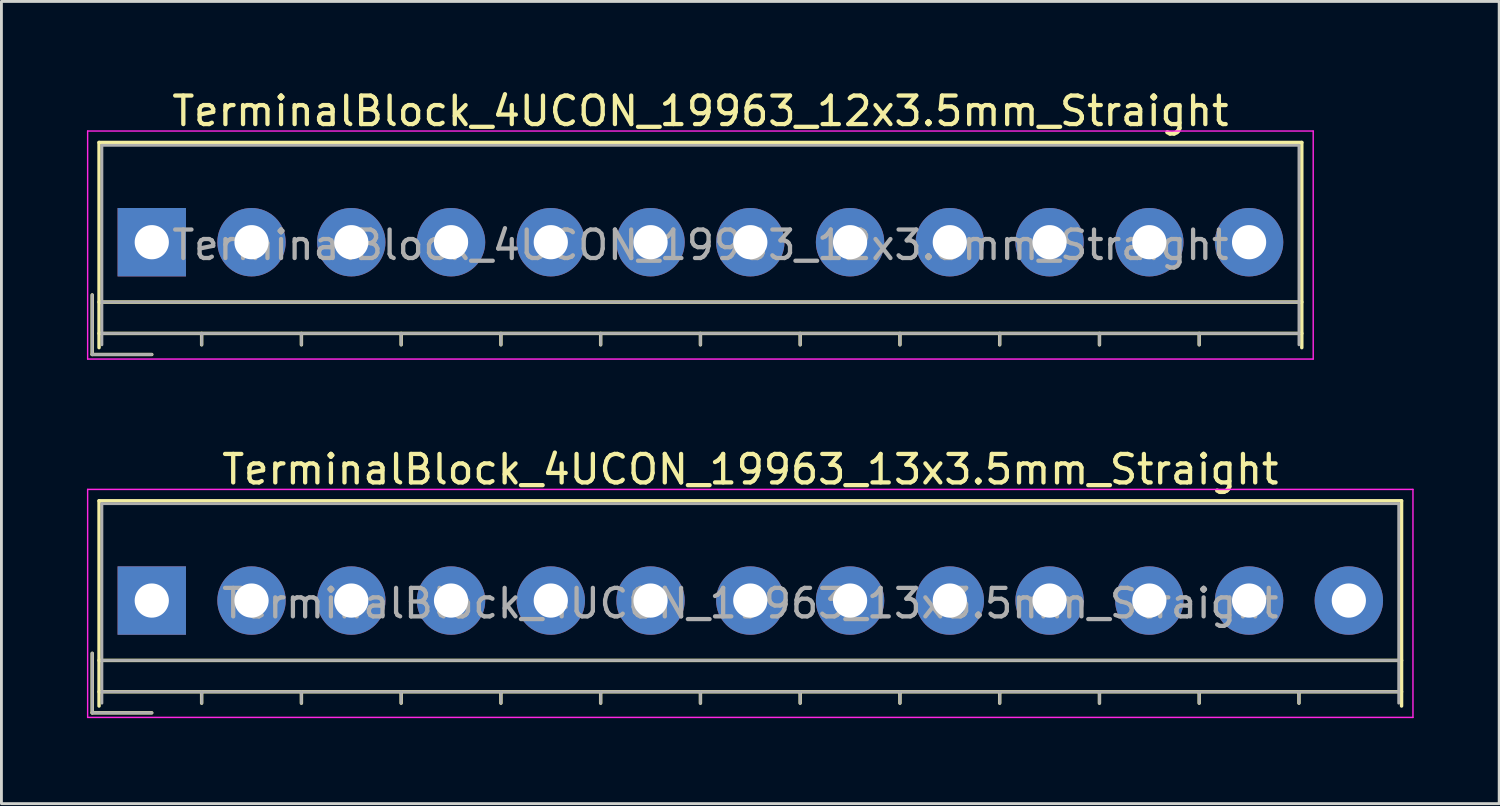
<source format=kicad_pcb>
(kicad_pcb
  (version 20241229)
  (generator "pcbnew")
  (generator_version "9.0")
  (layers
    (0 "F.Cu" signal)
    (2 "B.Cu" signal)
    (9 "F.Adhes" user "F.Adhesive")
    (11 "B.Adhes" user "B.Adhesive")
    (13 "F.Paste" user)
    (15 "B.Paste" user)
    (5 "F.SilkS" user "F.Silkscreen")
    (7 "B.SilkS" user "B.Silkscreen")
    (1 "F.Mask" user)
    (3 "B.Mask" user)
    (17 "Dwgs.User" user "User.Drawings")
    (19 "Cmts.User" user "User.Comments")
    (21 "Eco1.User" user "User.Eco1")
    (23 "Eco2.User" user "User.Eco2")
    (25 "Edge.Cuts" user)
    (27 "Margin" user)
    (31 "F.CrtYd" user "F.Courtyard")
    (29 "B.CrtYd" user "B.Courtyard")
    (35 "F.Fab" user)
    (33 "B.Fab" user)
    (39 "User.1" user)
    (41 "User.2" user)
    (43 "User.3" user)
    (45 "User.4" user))
  (footprint "TerminalBlock_4UCON_19963_12x3.5mm_Straight"
    (layer "F.Cu")
    (at 2.275 5.448)
    (property "Reference" "TerminalBlock_4UCON_19963_12x3.5mm_Straight" (at 19.25 -4.6 0) (layer "F.SilkS") (effects (font (size 1 1) (thickness 0.15))))
    (attr through_hole)
    (fp_line (start -2.09 1.85) (end -2.09 3.94) (stroke (width 0.12) (type solid)) (layer "F.SilkS"))
    (fp_line (start -2.09 3.94) (end 0 3.94) (stroke (width 0.12) (type solid)) (layer "F.SilkS"))
    (fp_line (start -1.85 -3.5) (end 40.35 -3.5) (stroke (width 0.12) (type solid)) (layer "F.SilkS"))
    (fp_line (start -1.85 2.1) (end 40.35 2.1) (stroke (width 0.12) (type solid)) (layer "F.SilkS"))
    (fp_line (start -1.85 3.2) (end 40.35 3.2) (stroke (width 0.12) (type solid)) (layer "F.SilkS"))
    (fp_line (start -1.85 3.7) (end -1.85 -3.5) (stroke (width 0.12) (type solid)) (layer "F.SilkS"))
    (fp_line (start 1.75 3.2) (end 1.75 3.6) (stroke (width 0.12) (type solid)) (layer "F.SilkS"))
    (fp_line (start 5.25 3.2) (end 5.25 3.6) (stroke (width 0.12) (type solid)) (layer "F.SilkS"))
    (fp_line (start 8.75 3.2) (end 8.75 3.6) (stroke (width 0.12) (type solid)) (layer "F.SilkS"))
    (fp_line (start 12.25 3.2) (end 12.25 3.6) (stroke (width 0.12) (type solid)) (layer "F.SilkS"))
    (fp_line (start 15.75 3.2) (end 15.75 3.6) (stroke (width 0.12) (type solid)) (layer "F.SilkS"))
    (fp_line (start 19.25 3.2) (end 19.25 3.6) (stroke (width 0.12) (type solid)) (layer "F.SilkS"))
    (fp_line (start 22.75 3.2) (end 22.75 3.6) (stroke (width 0.12) (type solid)) (layer "F.SilkS"))
    (fp_line (start 26.25 3.2) (end 26.25 3.6) (stroke (width 0.12) (type solid)) (layer "F.SilkS"))
    (fp_line (start 29.75 3.2) (end 29.75 3.6) (stroke (width 0.12) (type solid)) (layer "F.SilkS"))
    (fp_line (start 33.25 3.2) (end 33.25 3.6) (stroke (width 0.12) (type solid)) (layer "F.SilkS"))
    (fp_line (start 36.75 3.2) (end 36.75 3.6) (stroke (width 0.12) (type solid)) (layer "F.SilkS"))
    (fp_line (start 40.35 -3.5) (end 40.35 3.7) (stroke (width 0.12) (type solid)) (layer "F.SilkS"))
    (fp_line (start -2.25 -3.9) (end -2.25 4.1) (stroke (width 0.05) (type solid)) (layer "F.CrtYd"))
    (fp_line (start -2.25 4.1) (end 40.75 4.1) (stroke (width 0.05) (type solid)) (layer "F.CrtYd"))
    (fp_line (start 40.75 -3.9) (end -2.25 -3.9) (stroke (width 0.05) (type solid)) (layer "F.CrtYd"))
    (fp_line (start 40.75 4.1) (end 40.75 -3.9) (stroke (width 0.05) (type solid)) (layer "F.CrtYd"))
    (fp_line (start -2.09 1.85) (end -2.09 3.94) (stroke (width 0.1) (type solid)) (layer "F.Fab"))
    (fp_line (start -2.09 3.94) (end 0 3.94) (stroke (width 0.1) (type solid)) (layer "F.Fab"))
    (fp_line (start -1.75 -3.4) (end 40.25 -3.4) (stroke (width 0.1) (type solid)) (layer "F.Fab"))
    (fp_line (start -1.75 2.1) (end 40.25 2.1) (stroke (width 0.1) (type solid)) (layer "F.Fab"))
    (fp_line (start -1.75 3.2) (end 40.25 3.2) (stroke (width 0.1) (type solid)) (layer "F.Fab"))
    (fp_line (start -1.75 3.6) (end -1.75 -3.4) (stroke (width 0.1) (type solid)) (layer "F.Fab"))
    (fp_line (start 1.75 3.2) (end 1.75 3.6) (stroke (width 0.1) (type solid)) (layer "F.Fab"))
    (fp_line (start 5.25 3.2) (end 5.25 3.6) (stroke (width 0.1) (type solid)) (layer "F.Fab"))
    (fp_line (start 8.75 3.2) (end 8.75 3.6) (stroke (width 0.1) (type solid)) (layer "F.Fab"))
    (fp_line (start 12.25 3.2) (end 12.25 3.6) (stroke (width 0.1) (type solid)) (layer "F.Fab"))
    (fp_line (start 15.75 3.2) (end 15.75 3.6) (stroke (width 0.1) (type solid)) (layer "F.Fab"))
    (fp_line (start 19.25 3.2) (end 19.25 3.6) (stroke (width 0.1) (type solid)) (layer "F.Fab"))
    (fp_line (start 22.75 3.2) (end 22.75 3.6) (stroke (width 0.1) (type solid)) (layer "F.Fab"))
    (fp_line (start 26.25 3.2) (end 26.25 3.6) (stroke (width 0.1) (type solid)) (layer "F.Fab"))
    (fp_line (start 29.75 3.2) (end 29.75 3.6) (stroke (width 0.1) (type solid)) (layer "F.Fab"))
    (fp_line (start 33.25 3.2) (end 33.25 3.6) (stroke (width 0.1) (type solid)) (layer "F.Fab"))
    (fp_line (start 36.75 3.2) (end 36.75 3.6) (stroke (width 0.1) (type solid)) (layer "F.Fab"))
    (fp_line (start 40.25 -3.4) (end 40.25 3.6) (stroke (width 0.1) (type solid)) (layer "F.Fab"))
    (fp_text user "${REFERENCE}" (at 19.25 0.1 0) (layer "F.Fab") (effects (font (size 1 1) (thickness 0.15))))
    (pad "1" thru_hole rect (at 0 0) (size 2.4 2.4) (drill 1.2) (layers "*.Cu" "*.Mask"))
    (pad "2" thru_hole circle (at 3.5 0) (size 2.4 2.4) (drill 1.2) (layers "*.Cu" "*.Mask"))
    (pad "3" thru_hole circle (at 7 0) (size 2.4 2.4) (drill 1.2) (layers "*.Cu" "*.Mask"))
    (pad "4" thru_hole circle (at 10.5 0) (size 2.4 2.4) (drill 1.2) (layers "*.Cu" "*.Mask"))
    (pad "5" thru_hole circle (at 14 0) (size 2.4 2.4) (drill 1.2) (layers "*.Cu" "*.Mask"))
    (pad "6" thru_hole circle (at 17.5 0) (size 2.4 2.4) (drill 1.2) (layers "*.Cu" "*.Mask"))
    (pad "7" thru_hole circle (at 21 0) (size 2.4 2.4) (drill 1.2) (layers "*.Cu" "*.Mask"))
    (pad "8" thru_hole circle (at 24.5 0) (size 2.4 2.4) (drill 1.2) (layers "*.Cu" "*.Mask"))
    (pad "9" thru_hole circle (at 28 0) (size 2.4 2.4) (drill 1.2) (layers "*.Cu" "*.Mask"))
    (pad "10" thru_hole circle (at 31.5 0) (size 2.4 2.4) (drill 1.2) (layers "*.Cu" "*.Mask"))
    (pad "11" thru_hole circle (at 35 0) (size 2.4 2.4) (drill 1.2) (layers "*.Cu" "*.Mask"))
    (pad "12" thru_hole circle (at 38.5 0) (size 2.4 2.4) (drill 1.2) (layers "*.Cu" "*.Mask")))
  (footprint "TerminalBlock_4UCON_19963_13x3.5mm_Straight"
    (layer "F.Cu")
    (at 2.275 18.021)
    (property "Reference" "TerminalBlock_4UCON_19963_13x3.5mm_Straight" (at 21 -4.6 0) (layer "F.SilkS") (effects (font (size 1 1) (thickness 0.15))))
    (attr through_hole)
    (fp_line (start -2.09 1.85) (end -2.09 3.94) (stroke (width 0.12) (type solid)) (layer "F.SilkS"))
    (fp_line (start -2.09 3.94) (end 0 3.94) (stroke (width 0.12) (type solid)) (layer "F.SilkS"))
    (fp_line (start -1.85 -3.5) (end 43.85 -3.5) (stroke (width 0.12) (type solid)) (layer "F.SilkS"))
    (fp_line (start -1.85 2.1) (end 43.85 2.1) (stroke (width 0.12) (type solid)) (layer "F.SilkS"))
    (fp_line (start -1.85 3.2) (end 43.85 3.2) (stroke (width 0.12) (type solid)) (layer "F.SilkS"))
    (fp_line (start -1.85 3.7) (end -1.85 -3.5) (stroke (width 0.12) (type solid)) (layer "F.SilkS"))
    (fp_line (start 1.75 3.2) (end 1.75 3.6) (stroke (width 0.12) (type solid)) (layer "F.SilkS"))
    (fp_line (start 5.25 3.2) (end 5.25 3.6) (stroke (width 0.12) (type solid)) (layer "F.SilkS"))
    (fp_line (start 8.75 3.2) (end 8.75 3.6) (stroke (width 0.12) (type solid)) (layer "F.SilkS"))
    (fp_line (start 12.25 3.2) (end 12.25 3.6) (stroke (width 0.12) (type solid)) (layer "F.SilkS"))
    (fp_line (start 15.75 3.2) (end 15.75 3.6) (stroke (width 0.12) (type solid)) (layer "F.SilkS"))
    (fp_line (start 19.25 3.2) (end 19.25 3.6) (stroke (width 0.12) (type solid)) (layer "F.SilkS"))
    (fp_line (start 22.75 3.2) (end 22.75 3.6) (stroke (width 0.12) (type solid)) (layer "F.SilkS"))
    (fp_line (start 26.25 3.2) (end 26.25 3.6) (stroke (width 0.12) (type solid)) (layer "F.SilkS"))
    (fp_line (start 29.75 3.2) (end 29.75 3.6) (stroke (width 0.12) (type solid)) (layer "F.SilkS"))
    (fp_line (start 33.25 3.2) (end 33.25 3.6) (stroke (width 0.12) (type solid)) (layer "F.SilkS"))
    (fp_line (start 36.75 3.2) (end 36.75 3.6) (stroke (width 0.12) (type solid)) (layer "F.SilkS"))
    (fp_line (start 40.25 3.2) (end 40.25 3.6) (stroke (width 0.12) (type solid)) (layer "F.SilkS"))
    (fp_line (start 43.85 -3.5) (end 43.85 3.7) (stroke (width 0.12) (type solid)) (layer "F.SilkS"))
    (fp_line (start -2.25 -3.9) (end -2.25 4.1) (stroke (width 0.05) (type solid)) (layer "F.CrtYd"))
    (fp_line (start -2.25 4.1) (end 44.25 4.1) (stroke (width 0.05) (type solid)) (layer "F.CrtYd"))
    (fp_line (start 44.25 -3.9) (end -2.25 -3.9) (stroke (width 0.05) (type solid)) (layer "F.CrtYd"))
    (fp_line (start 44.25 4.1) (end 44.25 -3.9) (stroke (width 0.05) (type solid)) (layer "F.CrtYd"))
    (fp_line (start -2.09 1.85) (end -2.09 3.94) (stroke (width 0.1) (type solid)) (layer "F.Fab"))
    (fp_line (start -2.09 3.94) (end 0 3.94) (stroke (width 0.1) (type solid)) (layer "F.Fab"))
    (fp_line (start -1.75 -3.4) (end 43.75 -3.4) (stroke (width 0.1) (type solid)) (layer "F.Fab"))
    (fp_line (start -1.75 2.1) (end 43.75 2.1) (stroke (width 0.1) (type solid)) (layer "F.Fab"))
    (fp_line (start -1.75 3.2) (end 43.75 3.2) (stroke (width 0.1) (type solid)) (layer "F.Fab"))
    (fp_line (start -1.75 3.6) (end -1.75 -3.4) (stroke (width 0.1) (type solid)) (layer "F.Fab"))
    (fp_line (start 1.75 3.2) (end 1.75 3.6) (stroke (width 0.1) (type solid)) (layer "F.Fab"))
    (fp_line (start 5.25 3.2) (end 5.25 3.6) (stroke (width 0.1) (type solid)) (layer "F.Fab"))
    (fp_line (start 8.75 3.2) (end 8.75 3.6) (stroke (width 0.1) (type solid)) (layer "F.Fab"))
    (fp_line (start 12.25 3.2) (end 12.25 3.6) (stroke (width 0.1) (type solid)) (layer "F.Fab"))
    (fp_line (start 15.75 3.2) (end 15.75 3.6) (stroke (width 0.1) (type solid)) (layer "F.Fab"))
    (fp_line (start 19.25 3.2) (end 19.25 3.6) (stroke (width 0.1) (type solid)) (layer "F.Fab"))
    (fp_line (start 22.75 3.2) (end 22.75 3.6) (stroke (width 0.1) (type solid)) (layer "F.Fab"))
    (fp_line (start 26.25 3.2) (end 26.25 3.6) (stroke (width 0.1) (type solid)) (layer "F.Fab"))
    (fp_line (start 29.75 3.2) (end 29.75 3.6) (stroke (width 0.1) (type solid)) (layer "F.Fab"))
    (fp_line (start 33.25 3.2) (end 33.25 3.6) (stroke (width 0.1) (type solid)) (layer "F.Fab"))
    (fp_line (start 36.75 3.2) (end 36.75 3.6) (stroke (width 0.1) (type solid)) (layer "F.Fab"))
    (fp_line (start 40.25 3.2) (end 40.25 3.6) (stroke (width 0.1) (type solid)) (layer "F.Fab"))
    (fp_line (start 43.75 -3.4) (end 43.75 3.6) (stroke (width 0.1) (type solid)) (layer "F.Fab"))
    (fp_text user "${REFERENCE}" (at 21 0.1 0) (layer "F.Fab") (effects (font (size 1 1) (thickness 0.15))))
    (pad "1" thru_hole rect (at 0 0) (size 2.4 2.4) (drill 1.2) (layers "*.Cu" "*.Mask"))
    (pad "2" thru_hole circle (at 3.5 0) (size 2.4 2.4) (drill 1.2) (layers "*.Cu" "*.Mask"))
    (pad "3" thru_hole circle (at 7 0) (size 2.4 2.4) (drill 1.2) (layers "*.Cu" "*.Mask"))
    (pad "4" thru_hole circle (at 10.5 0) (size 2.4 2.4) (drill 1.2) (layers "*.Cu" "*.Mask"))
    (pad "5" thru_hole circle (at 14 0) (size 2.4 2.4) (drill 1.2) (layers "*.Cu" "*.Mask"))
    (pad "6" thru_hole circle (at 17.5 0) (size 2.4 2.4) (drill 1.2) (layers "*.Cu" "*.Mask"))
    (pad "7" thru_hole circle (at 21 0) (size 2.4 2.4) (drill 1.2) (layers "*.Cu" "*.Mask"))
    (pad "8" thru_hole circle (at 24.5 0) (size 2.4 2.4) (drill 1.2) (layers "*.Cu" "*.Mask"))
    (pad "9" thru_hole circle (at 28 0) (size 2.4 2.4) (drill 1.2) (layers "*.Cu" "*.Mask"))
    (pad "10" thru_hole circle (at 31.5 0) (size 2.4 2.4) (drill 1.2) (layers "*.Cu" "*.Mask"))
    (pad "11" thru_hole circle (at 35 0) (size 2.4 2.4) (drill 1.2) (layers "*.Cu" "*.Mask"))
    (pad "12" thru_hole circle (at 38.5 0) (size 2.4 2.4) (drill 1.2) (layers "*.Cu" "*.Mask"))
    (pad "13" thru_hole circle (at 42 0) (size 2.4 2.4) (drill 1.2) (layers "*.Cu" "*.Mask")))
  (gr_rect
    (start -3 -3)
    (end 49.55 25.146)
    (stroke (width 0.1) (type default))
    (fill no)
    (layer "Edge.Cuts")))
</source>
